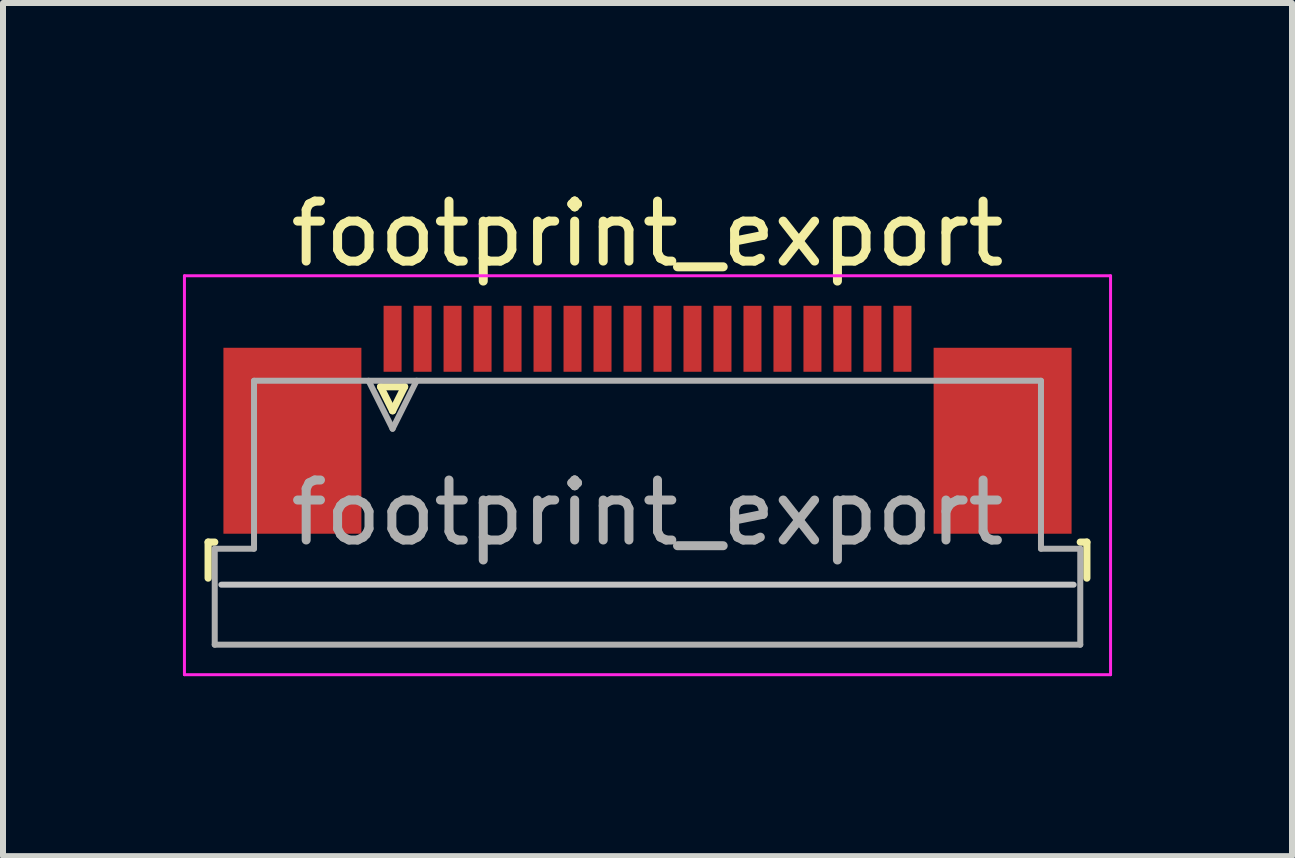
<source format=kicad_pcb>
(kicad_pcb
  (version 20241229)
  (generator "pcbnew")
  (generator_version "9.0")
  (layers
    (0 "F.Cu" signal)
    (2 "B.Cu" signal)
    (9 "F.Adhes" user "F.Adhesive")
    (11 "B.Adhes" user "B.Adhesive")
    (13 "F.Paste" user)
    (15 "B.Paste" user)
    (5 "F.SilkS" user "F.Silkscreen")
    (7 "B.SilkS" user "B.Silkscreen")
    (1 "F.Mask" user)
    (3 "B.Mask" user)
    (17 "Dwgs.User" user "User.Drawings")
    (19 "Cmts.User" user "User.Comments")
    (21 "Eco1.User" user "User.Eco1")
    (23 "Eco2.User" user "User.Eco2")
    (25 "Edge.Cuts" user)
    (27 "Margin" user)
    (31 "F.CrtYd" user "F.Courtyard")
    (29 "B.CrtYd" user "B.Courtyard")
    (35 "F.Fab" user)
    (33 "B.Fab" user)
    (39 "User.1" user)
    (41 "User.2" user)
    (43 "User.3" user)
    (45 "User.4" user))
  (footprint "footprint_export"
    (layer "F.Cu")
    (at 7.745 3.948)
    (property "Reference" "footprint_export" (at 0 -3.1 0) (layer "F.SilkS") (effects (font (size 1 1) (thickness 0.15))))
    (attr smd)
    (fp_line (start -7.325 2.04) (end -7.325 2.64) (stroke (width 0.12) (type solid)) (layer "F.SilkS"))
    (fp_line (start -7.215 2.04) (end -7.325 2.04) (stroke (width 0.12) (type solid)) (layer "F.SilkS"))
    (fp_line (start -4.45 -0.55) (end -4.25 -0.15) (stroke (width 0.12) (type solid)) (layer "F.SilkS"))
    (fp_line (start -4.25 -0.15) (end -4.05 -0.55) (stroke (width 0.12) (type solid)) (layer "F.SilkS"))
    (fp_line (start -4.05 -0.55) (end -4.45 -0.55) (stroke (width 0.12) (type solid)) (layer "F.SilkS"))
    (fp_line (start 7.215 2.04) (end 7.325 2.04) (stroke (width 0.12) (type solid)) (layer "F.SilkS"))
    (fp_line (start 7.325 2.04) (end 7.325 2.64) (stroke (width 0.12) (type solid)) (layer "F.SilkS"))
    (fp_line (start 7.105 2.75) (end -7.105 2.75) (stroke (width 0.1) (type solid)) (layer "Dwgs.User"))
    (fp_line (start -7.72 -2.4) (end -7.72 4.25) (stroke (width 0.05) (type solid)) (layer "F.CrtYd"))
    (fp_line (start -7.72 4.25) (end 7.72 4.25) (stroke (width 0.05) (type solid)) (layer "F.CrtYd"))
    (fp_line (start 7.72 -2.4) (end -7.72 -2.4) (stroke (width 0.05) (type solid)) (layer "F.CrtYd"))
    (fp_line (start 7.72 4.25) (end 7.72 -2.4) (stroke (width 0.05) (type solid)) (layer "F.CrtYd"))
    (fp_line (start -7.215 2.15) (end -6.56 2.15) (stroke (width 0.1) (type solid)) (layer "F.Fab"))
    (fp_line (start -7.215 3.75) (end -7.215 2.15) (stroke (width 0.1) (type solid)) (layer "F.Fab"))
    (fp_line (start -6.56 -0.65) (end 6.56 -0.65) (stroke (width 0.1) (type solid)) (layer "F.Fab"))
    (fp_line (start -6.56 2.15) (end -6.56 -0.65) (stroke (width 0.1) (type solid)) (layer "F.Fab"))
    (fp_line (start -4.65 -0.65) (end -4.25 0.15) (stroke (width 0.1) (type solid)) (layer "F.Fab"))
    (fp_line (start -4.25 0.15) (end -3.85 -0.65) (stroke (width 0.1) (type solid)) (layer "F.Fab"))
    (fp_line (start 6.56 -0.65) (end 6.56 2.15) (stroke (width 0.1) (type solid)) (layer "F.Fab"))
    (fp_line (start 6.56 2.15) (end 7.215 2.15) (stroke (width 0.1) (type solid)) (layer "F.Fab"))
    (fp_line (start 7.215 2.15) (end 7.215 3.75) (stroke (width 0.1) (type solid)) (layer "F.Fab"))
    (fp_line (start 7.215 3.75) (end -7.215 3.75) (stroke (width 0.1) (type solid)) (layer "F.Fab"))
    (fp_text user "${REFERENCE}" (at 0 1.55 0) (layer "F.Fab") (effects (font (size 1 1) (thickness 0.15))))
    (pad "1" smd rect (at -4.25 -1.35) (size 0.3 1.1) (layers "F.Cu" "F.Mask" "F.Paste"))
    (pad "2" smd rect (at -3.75 -1.35) (size 0.3 1.1) (layers "F.Cu" "F.Mask" "F.Paste"))
    (pad "3" smd rect (at -3.25 -1.35) (size 0.3 1.1) (layers "F.Cu" "F.Mask" "F.Paste"))
    (pad "4" smd rect (at -2.75 -1.35) (size 0.3 1.1) (layers "F.Cu" "F.Mask" "F.Paste"))
    (pad "5" smd rect (at -2.25 -1.35) (size 0.3 1.1) (layers "F.Cu" "F.Mask" "F.Paste"))
    (pad "6" smd rect (at -1.75 -1.35) (size 0.3 1.1) (layers "F.Cu" "F.Mask" "F.Paste"))
    (pad "7" smd rect (at -1.25 -1.35) (size 0.3 1.1) (layers "F.Cu" "F.Mask" "F.Paste"))
    (pad "8" smd rect (at -0.75 -1.35) (size 0.3 1.1) (layers "F.Cu" "F.Mask" "F.Paste"))
    (pad "9" smd rect (at -0.25 -1.35) (size 0.3 1.1) (layers "F.Cu" "F.Mask" "F.Paste"))
    (pad "10" smd rect (at 0.25 -1.35) (size 0.3 1.1) (layers "F.Cu" "F.Mask" "F.Paste"))
    (pad "11" smd rect (at 0.75 -1.35) (size 0.3 1.1) (layers "F.Cu" "F.Mask" "F.Paste"))
    (pad "12" smd rect (at 1.25 -1.35) (size 0.3 1.1) (layers "F.Cu" "F.Mask" "F.Paste"))
    (pad "13" smd rect (at 1.75 -1.35) (size 0.3 1.1) (layers "F.Cu" "F.Mask" "F.Paste"))
    (pad "14" smd rect (at 2.25 -1.35) (size 0.3 1.1) (layers "F.Cu" "F.Mask" "F.Paste"))
    (pad "15" smd rect (at 2.75 -1.35) (size 0.3 1.1) (layers "F.Cu" "F.Mask" "F.Paste"))
    (pad "16" smd rect (at 3.25 -1.35) (size 0.3 1.1) (layers "F.Cu" "F.Mask" "F.Paste"))
    (pad "17" smd rect (at 3.75 -1.35) (size 0.3 1.1) (layers "F.Cu" "F.Mask" "F.Paste"))
    (pad "18" smd rect (at 4.25 -1.35) (size 0.3 1.1) (layers "F.Cu" "F.Mask" "F.Paste"))
    (pad "MP" smd rect (at -5.92 0.35) (size 2.3 3.1) (layers "F.Cu" "F.Mask" "F.Paste"))
    (pad "MP" smd rect (at 5.92 0.35) (size 2.3 3.1) (layers "F.Cu" "F.Mask" "F.Paste")))
  (gr_rect
    (start -3 -3)
    (end 18.49 11.223)
    (stroke (width 0.1) (type default))
    (fill no)
    (layer "Edge.Cuts")))
</source>
